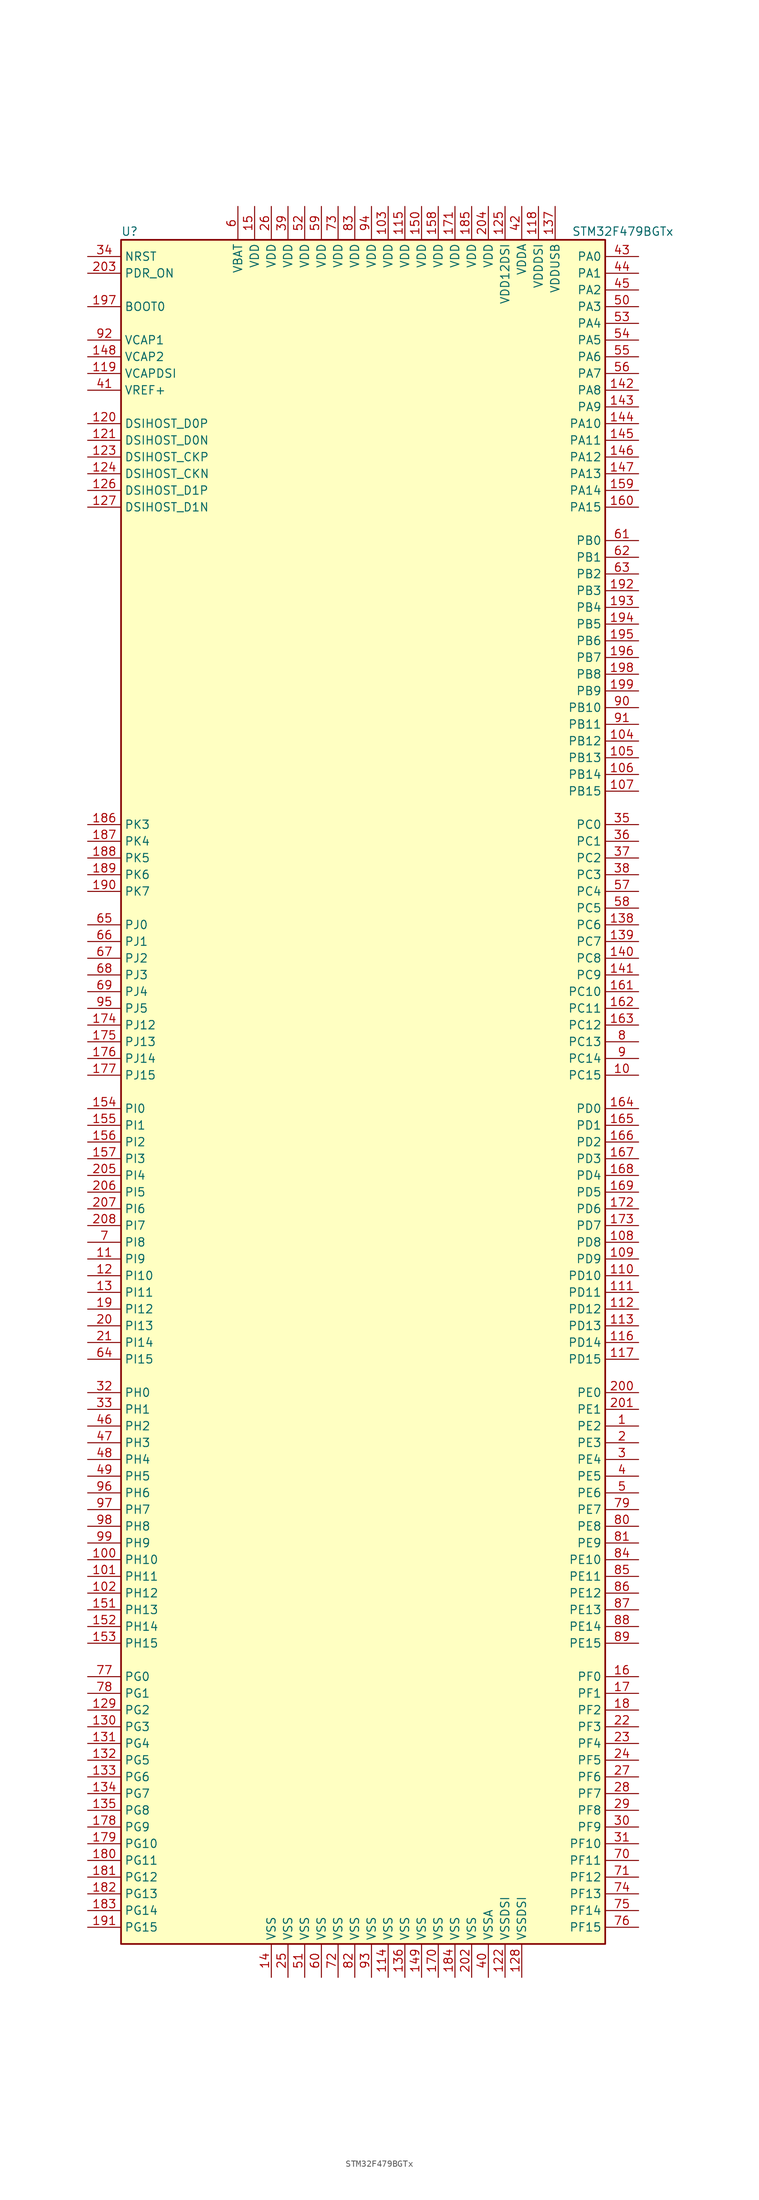
<source format=kicad_sym>
(kicad_symbol_lib
  (version 20220914)
  (generator kicad_symbol_editor)
  (symbol "STM32F479BGTx"
    (property "Reference" "U"
      (at -38.1 130.81 0)
      (effects (font (size 1.27 1.27)) (justify left)))
    (property "Value" "STM32F479BGTx"
      (at 30.48 130.81 0)
      (effects (font (size 1.27 1.27)) (justify left)))
    (symbol "STM32F479BGTx_0_1"
      (rectangle (start -38.1 -129.54) (end 35.56 129.54) (stroke (width 0.254) (type default)) (fill (type background))))
    (symbol "STM32F479BGTx_1_1"
      (pin bidirectional line (at 40.64 -50.8 180) (length 5.08) (name "PE2" (effects (font (size 1.27 1.27)))) (number "1" (effects (font (size 1.27 1.27)))))
      (pin bidirectional line (at 40.64 2.54 180) (length 5.08) (name "PC15" (effects (font (size 1.27 1.27)))) (number "10" (effects (font (size 1.27 1.27)))))
      (pin bidirectional line (at -43.18 -71.12 0) (length 5.08) (name "PH10" (effects (font (size 1.27 1.27)))) (number "100" (effects (font (size 1.27 1.27)))))
      (pin bidirectional line (at -43.18 -73.66 0) (length 5.08) (name "PH11" (effects (font (size 1.27 1.27)))) (number "101" (effects (font (size 1.27 1.27)))))
      (pin bidirectional line (at -43.18 -76.2 0) (length 5.08) (name "PH12" (effects (font (size 1.27 1.27)))) (number "102" (effects (font (size 1.27 1.27)))))
      (pin power_in line (at 2.54 134.62 270) (length 5.08) (name "VDD" (effects (font (size 1.27 1.27)))) (number "103" (effects (font (size 1.27 1.27)))))
      (pin bidirectional line (at 40.64 53.34 180) (length 5.08) (name "PB12" (effects (font (size 1.27 1.27)))) (number "104" (effects (font (size 1.27 1.27)))))
      (pin bidirectional line (at 40.64 50.8 180) (length 5.08) (name "PB13" (effects (font (size 1.27 1.27)))) (number "105" (effects (font (size 1.27 1.27)))))
      (pin bidirectional line (at 40.64 48.26 180) (length 5.08) (name "PB14" (effects (font (size 1.27 1.27)))) (number "106" (effects (font (size 1.27 1.27)))))
      (pin bidirectional line (at 40.64 45.72 180) (length 5.08) (name "PB15" (effects (font (size 1.27 1.27)))) (number "107" (effects (font (size 1.27 1.27)))))
      (pin bidirectional line (at 40.64 -22.86 180) (length 5.08) (name "PD8" (effects (font (size 1.27 1.27)))) (number "108" (effects (font (size 1.27 1.27)))))
      (pin bidirectional line (at 40.64 -25.4 180) (length 5.08) (name "PD9" (effects (font (size 1.27 1.27)))) (number "109" (effects (font (size 1.27 1.27)))))
      (pin bidirectional line (at -43.18 -25.4 0) (length 5.08) (name "PI9" (effects (font (size 1.27 1.27)))) (number "11" (effects (font (size 1.27 1.27)))))
      (pin bidirectional line (at 40.64 -27.94 180) (length 5.08) (name "PD10" (effects (font (size 1.27 1.27)))) (number "110" (effects (font (size 1.27 1.27)))))
      (pin bidirectional line (at 40.64 -30.48 180) (length 5.08) (name "PD11" (effects (font (size 1.27 1.27)))) (number "111" (effects (font (size 1.27 1.27)))))
      (pin bidirectional line (at 40.64 -33.02 180) (length 5.08) (name "PD12" (effects (font (size 1.27 1.27)))) (number "112" (effects (font (size 1.27 1.27)))))
      (pin bidirectional line (at 40.64 -35.56 180) (length 5.08) (name "PD13" (effects (font (size 1.27 1.27)))) (number "113" (effects (font (size 1.27 1.27)))))
      (pin power_in line (at 2.54 -134.62 90) (length 5.08) (name "VSS" (effects (font (size 1.27 1.27)))) (number "114" (effects (font (size 1.27 1.27)))))
      (pin power_in line (at 5.08 134.62 270) (length 5.08) (name "VDD" (effects (font (size 1.27 1.27)))) (number "115" (effects (font (size 1.27 1.27)))))
      (pin bidirectional line (at 40.64 -38.1 180) (length 5.08) (name "PD14" (effects (font (size 1.27 1.27)))) (number "116" (effects (font (size 1.27 1.27)))))
      (pin bidirectional line (at 40.64 -40.64 180) (length 5.08) (name "PD15" (effects (font (size 1.27 1.27)))) (number "117" (effects (font (size 1.27 1.27)))))
      (pin power_in line (at 25.4 134.62 270) (length 5.08) (name "VDDDSI" (effects (font (size 1.27 1.27)))) (number "118" (effects (font (size 1.27 1.27)))))
      (pin power_in line (at -43.18 109.22 0) (length 5.08) (name "VCAPDSI" (effects (font (size 1.27 1.27)))) (number "119" (effects (font (size 1.27 1.27)))))
      (pin bidirectional line (at -43.18 -27.94 0) (length 5.08) (name "PI10" (effects (font (size 1.27 1.27)))) (number "12" (effects (font (size 1.27 1.27)))))
      (pin bidirectional line (at -43.18 101.6 0) (length 5.08) (name "DSIHOST_D0P" (effects (font (size 1.27 1.27)))) (number "120" (effects (font (size 1.27 1.27)))))
      (pin bidirectional line (at -43.18 99.06 0) (length 5.08) (name "DSIHOST_D0N" (effects (font (size 1.27 1.27)))) (number "121" (effects (font (size 1.27 1.27)))))
      (pin power_in line (at 20.32 -134.62 90) (length 5.08) (name "VSSDSI" (effects (font (size 1.27 1.27)))) (number "122" (effects (font (size 1.27 1.27)))))
      (pin bidirectional line (at -43.18 96.52 0) (length 5.08) (name "DSIHOST_CKP" (effects (font (size 1.27 1.27)))) (number "123" (effects (font (size 1.27 1.27)))))
      (pin bidirectional line (at -43.18 93.98 0) (length 5.08) (name "DSIHOST_CKN" (effects (font (size 1.27 1.27)))) (number "124" (effects (font (size 1.27 1.27)))))
      (pin power_in line (at 20.32 134.62 270) (length 5.08) (name "VDD12DSI" (effects (font (size 1.27 1.27)))) (number "125" (effects (font (size 1.27 1.27)))))
      (pin bidirectional line (at -43.18 91.44 0) (length 5.08) (name "DSIHOST_D1P" (effects (font (size 1.27 1.27)))) (number "126" (effects (font (size 1.27 1.27)))))
      (pin bidirectional line (at -43.18 88.9 0) (length 5.08) (name "DSIHOST_D1N" (effects (font (size 1.27 1.27)))) (number "127" (effects (font (size 1.27 1.27)))))
      (pin power_in line (at 22.86 -134.62 90) (length 5.08) (name "VSSDSI" (effects (font (size 1.27 1.27)))) (number "128" (effects (font (size 1.27 1.27)))))
      (pin bidirectional line (at -43.18 -93.98 0) (length 5.08) (name "PG2" (effects (font (size 1.27 1.27)))) (number "129" (effects (font (size 1.27 1.27)))))
      (pin bidirectional line (at -43.18 -30.48 0) (length 5.08) (name "PI11" (effects (font (size 1.27 1.27)))) (number "13" (effects (font (size 1.27 1.27)))))
      (pin bidirectional line (at -43.18 -96.52 0) (length 5.08) (name "PG3" (effects (font (size 1.27 1.27)))) (number "130" (effects (font (size 1.27 1.27)))))
      (pin bidirectional line (at -43.18 -99.06 0) (length 5.08) (name "PG4" (effects (font (size 1.27 1.27)))) (number "131" (effects (font (size 1.27 1.27)))))
      (pin bidirectional line (at -43.18 -101.6 0) (length 5.08) (name "PG5" (effects (font (size 1.27 1.27)))) (number "132" (effects (font (size 1.27 1.27)))))
      (pin bidirectional line (at -43.18 -104.14 0) (length 5.08) (name "PG6" (effects (font (size 1.27 1.27)))) (number "133" (effects (font (size 1.27 1.27)))))
      (pin bidirectional line (at -43.18 -106.68 0) (length 5.08) (name "PG7" (effects (font (size 1.27 1.27)))) (number "134" (effects (font (size 1.27 1.27)))))
      (pin bidirectional line (at -43.18 -109.22 0) (length 5.08) (name "PG8" (effects (font (size 1.27 1.27)))) (number "135" (effects (font (size 1.27 1.27)))))
      (pin power_in line (at 5.08 -134.62 90) (length 5.08) (name "VSS" (effects (font (size 1.27 1.27)))) (number "136" (effects (font (size 1.27 1.27)))))
      (pin power_in line (at 27.94 134.62 270) (length 5.08) (name "VDDUSB" (effects (font (size 1.27 1.27)))) (number "137" (effects (font (size 1.27 1.27)))))
      (pin bidirectional line (at 40.64 25.4 180) (length 5.08) (name "PC6" (effects (font (size 1.27 1.27)))) (number "138" (effects (font (size 1.27 1.27)))))
      (pin bidirectional line (at 40.64 22.86 180) (length 5.08) (name "PC7" (effects (font (size 1.27 1.27)))) (number "139" (effects (font (size 1.27 1.27)))))
      (pin power_in line (at -15.24 -134.62 90) (length 5.08) (name "VSS" (effects (font (size 1.27 1.27)))) (number "14" (effects (font (size 1.27 1.27)))))
      (pin bidirectional line (at 40.64 20.32 180) (length 5.08) (name "PC8" (effects (font (size 1.27 1.27)))) (number "140" (effects (font (size 1.27 1.27)))))
      (pin bidirectional line (at 40.64 17.78 180) (length 5.08) (name "PC9" (effects (font (size 1.27 1.27)))) (number "141" (effects (font (size 1.27 1.27)))))
      (pin bidirectional line (at 40.64 106.68 180) (length 5.08) (name "PA8" (effects (font (size 1.27 1.27)))) (number "142" (effects (font (size 1.27 1.27)))))
      (pin bidirectional line (at 40.64 104.14 180) (length 5.08) (name "PA9" (effects (font (size 1.27 1.27)))) (number "143" (effects (font (size 1.27 1.27)))))
      (pin bidirectional line (at 40.64 101.6 180) (length 5.08) (name "PA10" (effects (font (size 1.27 1.27)))) (number "144" (effects (font (size 1.27 1.27)))))
      (pin bidirectional line (at 40.64 99.06 180) (length 5.08) (name "PA11" (effects (font (size 1.27 1.27)))) (number "145" (effects (font (size 1.27 1.27)))))
      (pin bidirectional line (at 40.64 96.52 180) (length 5.08) (name "PA12" (effects (font (size 1.27 1.27)))) (number "146" (effects (font (size 1.27 1.27)))))
      (pin bidirectional line (at 40.64 93.98 180) (length 5.08) (name "PA13" (effects (font (size 1.27 1.27)))) (number "147" (effects (font (size 1.27 1.27)))))
      (pin power_in line (at -43.18 111.76 0) (length 5.08) (name "VCAP2" (effects (font (size 1.27 1.27)))) (number "148" (effects (font (size 1.27 1.27)))))
      (pin power_in line (at 7.62 -134.62 90) (length 5.08) (name "VSS" (effects (font (size 1.27 1.27)))) (number "149" (effects (font (size 1.27 1.27)))))
      (pin power_in line (at -17.78 134.62 270) (length 5.08) (name "VDD" (effects (font (size 1.27 1.27)))) (number "15" (effects (font (size 1.27 1.27)))))
      (pin power_in line (at 7.62 134.62 270) (length 5.08) (name "VDD" (effects (font (size 1.27 1.27)))) (number "150" (effects (font (size 1.27 1.27)))))
      (pin bidirectional line (at -43.18 -78.74 0) (length 5.08) (name "PH13" (effects (font (size 1.27 1.27)))) (number "151" (effects (font (size 1.27 1.27)))))
      (pin bidirectional line (at -43.18 -81.28 0) (length 5.08) (name "PH14" (effects (font (size 1.27 1.27)))) (number "152" (effects (font (size 1.27 1.27)))))
      (pin bidirectional line (at -43.18 -83.82 0) (length 5.08) (name "PH15" (effects (font (size 1.27 1.27)))) (number "153" (effects (font (size 1.27 1.27)))))
      (pin bidirectional line (at -43.18 -2.54 0) (length 5.08) (name "PI0" (effects (font (size 1.27 1.27)))) (number "154" (effects (font (size 1.27 1.27)))))
      (pin bidirectional line (at -43.18 -5.08 0) (length 5.08) (name "PI1" (effects (font (size 1.27 1.27)))) (number "155" (effects (font (size 1.27 1.27)))))
      (pin bidirectional line (at -43.18 -7.62 0) (length 5.08) (name "PI2" (effects (font (size 1.27 1.27)))) (number "156" (effects (font (size 1.27 1.27)))))
      (pin bidirectional line (at -43.18 -10.16 0) (length 5.08) (name "PI3" (effects (font (size 1.27 1.27)))) (number "157" (effects (font (size 1.27 1.27)))))
      (pin power_in line (at 10.16 134.62 270) (length 5.08) (name "VDD" (effects (font (size 1.27 1.27)))) (number "158" (effects (font (size 1.27 1.27)))))
      (pin bidirectional line (at 40.64 91.44 180) (length 5.08) (name "PA14" (effects (font (size 1.27 1.27)))) (number "159" (effects (font (size 1.27 1.27)))))
      (pin bidirectional line (at 40.64 -88.9 180) (length 5.08) (name "PF0" (effects (font (size 1.27 1.27)))) (number "16" (effects (font (size 1.27 1.27)))))
      (pin bidirectional line (at 40.64 88.9 180) (length 5.08) (name "PA15" (effects (font (size 1.27 1.27)))) (number "160" (effects (font (size 1.27 1.27)))))
      (pin bidirectional line (at 40.64 15.24 180) (length 5.08) (name "PC10" (effects (font (size 1.27 1.27)))) (number "161" (effects (font (size 1.27 1.27)))))
      (pin bidirectional line (at 40.64 12.7 180) (length 5.08) (name "PC11" (effects (font (size 1.27 1.27)))) (number "162" (effects (font (size 1.27 1.27)))))
      (pin bidirectional line (at 40.64 10.16 180) (length 5.08) (name "PC12" (effects (font (size 1.27 1.27)))) (number "163" (effects (font (size 1.27 1.27)))))
      (pin bidirectional line (at 40.64 -2.54 180) (length 5.08) (name "PD0" (effects (font (size 1.27 1.27)))) (number "164" (effects (font (size 1.27 1.27)))))
      (pin bidirectional line (at 40.64 -5.08 180) (length 5.08) (name "PD1" (effects (font (size 1.27 1.27)))) (number "165" (effects (font (size 1.27 1.27)))))
      (pin bidirectional line (at 40.64 -7.62 180) (length 5.08) (name "PD2" (effects (font (size 1.27 1.27)))) (number "166" (effects (font (size 1.27 1.27)))))
      (pin bidirectional line (at 40.64 -10.16 180) (length 5.08) (name "PD3" (effects (font (size 1.27 1.27)))) (number "167" (effects (font (size 1.27 1.27)))))
      (pin bidirectional line (at 40.64 -12.7 180) (length 5.08) (name "PD4" (effects (font (size 1.27 1.27)))) (number "168" (effects (font (size 1.27 1.27)))))
      (pin bidirectional line (at 40.64 -15.24 180) (length 5.08) (name "PD5" (effects (font (size 1.27 1.27)))) (number "169" (effects (font (size 1.27 1.27)))))
      (pin bidirectional line (at 40.64 -91.44 180) (length 5.08) (name "PF1" (effects (font (size 1.27 1.27)))) (number "17" (effects (font (size 1.27 1.27)))))
      (pin power_in line (at 10.16 -134.62 90) (length 5.08) (name "VSS" (effects (font (size 1.27 1.27)))) (number "170" (effects (font (size 1.27 1.27)))))
      (pin power_in line (at 12.7 134.62 270) (length 5.08) (name "VDD" (effects (font (size 1.27 1.27)))) (number "171" (effects (font (size 1.27 1.27)))))
      (pin bidirectional line (at 40.64 -17.78 180) (length 5.08) (name "PD6" (effects (font (size 1.27 1.27)))) (number "172" (effects (font (size 1.27 1.27)))))
      (pin bidirectional line (at 40.64 -20.32 180) (length 5.08) (name "PD7" (effects (font (size 1.27 1.27)))) (number "173" (effects (font (size 1.27 1.27)))))
      (pin bidirectional line (at -43.18 10.16 0) (length 5.08) (name "PJ12" (effects (font (size 1.27 1.27)))) (number "174" (effects (font (size 1.27 1.27)))))
      (pin bidirectional line (at -43.18 7.62 0) (length 5.08) (name "PJ13" (effects (font (size 1.27 1.27)))) (number "175" (effects (font (size 1.27 1.27)))))
      (pin bidirectional line (at -43.18 5.08 0) (length 5.08) (name "PJ14" (effects (font (size 1.27 1.27)))) (number "176" (effects (font (size 1.27 1.27)))))
      (pin bidirectional line (at -43.18 2.54 0) (length 5.08) (name "PJ15" (effects (font (size 1.27 1.27)))) (number "177" (effects (font (size 1.27 1.27)))))
      (pin bidirectional line (at -43.18 -111.76 0) (length 5.08) (name "PG9" (effects (font (size 1.27 1.27)))) (number "178" (effects (font (size 1.27 1.27)))))
      (pin bidirectional line (at -43.18 -114.3 0) (length 5.08) (name "PG10" (effects (font (size 1.27 1.27)))) (number "179" (effects (font (size 1.27 1.27)))))
      (pin bidirectional line (at 40.64 -93.98 180) (length 5.08) (name "PF2" (effects (font (size 1.27 1.27)))) (number "18" (effects (font (size 1.27 1.27)))))
      (pin bidirectional line (at -43.18 -116.84 0) (length 5.08) (name "PG11" (effects (font (size 1.27 1.27)))) (number "180" (effects (font (size 1.27 1.27)))))
      (pin bidirectional line (at -43.18 -119.38 0) (length 5.08) (name "PG12" (effects (font (size 1.27 1.27)))) (number "181" (effects (font (size 1.27 1.27)))))
      (pin bidirectional line (at -43.18 -121.92 0) (length 5.08) (name "PG13" (effects (font (size 1.27 1.27)))) (number "182" (effects (font (size 1.27 1.27)))))
      (pin bidirectional line (at -43.18 -124.46 0) (length 5.08) (name "PG14" (effects (font (size 1.27 1.27)))) (number "183" (effects (font (size 1.27 1.27)))))
      (pin power_in line (at 12.7 -134.62 90) (length 5.08) (name "VSS" (effects (font (size 1.27 1.27)))) (number "184" (effects (font (size 1.27 1.27)))))
      (pin power_in line (at 15.24 134.62 270) (length 5.08) (name "VDD" (effects (font (size 1.27 1.27)))) (number "185" (effects (font (size 1.27 1.27)))))
      (pin bidirectional line (at -43.18 40.64 0) (length 5.08) (name "PK3" (effects (font (size 1.27 1.27)))) (number "186" (effects (font (size 1.27 1.27)))))
      (pin bidirectional line (at -43.18 38.1 0) (length 5.08) (name "PK4" (effects (font (size 1.27 1.27)))) (number "187" (effects (font (size 1.27 1.27)))))
      (pin bidirectional line (at -43.18 35.56 0) (length 5.08) (name "PK5" (effects (font (size 1.27 1.27)))) (number "188" (effects (font (size 1.27 1.27)))))
      (pin bidirectional line (at -43.18 33.02 0) (length 5.08) (name "PK6" (effects (font (size 1.27 1.27)))) (number "189" (effects (font (size 1.27 1.27)))))
      (pin bidirectional line (at -43.18 -33.02 0) (length 5.08) (name "PI12" (effects (font (size 1.27 1.27)))) (number "19" (effects (font (size 1.27 1.27)))))
      (pin bidirectional line (at -43.18 30.48 0) (length 5.08) (name "PK7" (effects (font (size 1.27 1.27)))) (number "190" (effects (font (size 1.27 1.27)))))
      (pin bidirectional line (at -43.18 -127 0) (length 5.08) (name "PG15" (effects (font (size 1.27 1.27)))) (number "191" (effects (font (size 1.27 1.27)))))
      (pin bidirectional line (at 40.64 76.2 180) (length 5.08) (name "PB3" (effects (font (size 1.27 1.27)))) (number "192" (effects (font (size 1.27 1.27)))))
      (pin bidirectional line (at 40.64 73.66 180) (length 5.08) (name "PB4" (effects (font (size 1.27 1.27)))) (number "193" (effects (font (size 1.27 1.27)))))
      (pin bidirectional line (at 40.64 71.12 180) (length 5.08) (name "PB5" (effects (font (size 1.27 1.27)))) (number "194" (effects (font (size 1.27 1.27)))))
      (pin bidirectional line (at 40.64 68.58 180) (length 5.08) (name "PB6" (effects (font (size 1.27 1.27)))) (number "195" (effects (font (size 1.27 1.27)))))
      (pin bidirectional line (at 40.64 66.04 180) (length 5.08) (name "PB7" (effects (font (size 1.27 1.27)))) (number "196" (effects (font (size 1.27 1.27)))))
      (pin input line (at -43.18 119.38 0) (length 5.08) (name "BOOT0" (effects (font (size 1.27 1.27)))) (number "197" (effects (font (size 1.27 1.27)))))
      (pin bidirectional line (at 40.64 63.5 180) (length 5.08) (name "PB8" (effects (font (size 1.27 1.27)))) (number "198" (effects (font (size 1.27 1.27)))))
      (pin bidirectional line (at 40.64 60.96 180) (length 5.08) (name "PB9" (effects (font (size 1.27 1.27)))) (number "199" (effects (font (size 1.27 1.27)))))
      (pin bidirectional line (at 40.64 -53.34 180) (length 5.08) (name "PE3" (effects (font (size 1.27 1.27)))) (number "2" (effects (font (size 1.27 1.27)))))
      (pin bidirectional line (at -43.18 -35.56 0) (length 5.08) (name "PI13" (effects (font (size 1.27 1.27)))) (number "20" (effects (font (size 1.27 1.27)))))
      (pin bidirectional line (at 40.64 -45.72 180) (length 5.08) (name "PE0" (effects (font (size 1.27 1.27)))) (number "200" (effects (font (size 1.27 1.27)))))
      (pin bidirectional line (at 40.64 -48.26 180) (length 5.08) (name "PE1" (effects (font (size 1.27 1.27)))) (number "201" (effects (font (size 1.27 1.27)))))
      (pin power_in line (at 15.24 -134.62 90) (length 5.08) (name "VSS" (effects (font (size 1.27 1.27)))) (number "202" (effects (font (size 1.27 1.27)))))
      (pin input line (at -43.18 124.46 0) (length 5.08) (name "PDR_ON" (effects (font (size 1.27 1.27)))) (number "203" (effects (font (size 1.27 1.27)))))
      (pin power_in line (at 17.78 134.62 270) (length 5.08) (name "VDD" (effects (font (size 1.27 1.27)))) (number "204" (effects (font (size 1.27 1.27)))))
      (pin bidirectional line (at -43.18 -12.7 0) (length 5.08) (name "PI4" (effects (font (size 1.27 1.27)))) (number "205" (effects (font (size 1.27 1.27)))))
      (pin bidirectional line (at -43.18 -15.24 0) (length 5.08) (name "PI5" (effects (font (size 1.27 1.27)))) (number "206" (effects (font (size 1.27 1.27)))))
      (pin bidirectional line (at -43.18 -17.78 0) (length 5.08) (name "PI6" (effects (font (size 1.27 1.27)))) (number "207" (effects (font (size 1.27 1.27)))))
      (pin bidirectional line (at -43.18 -20.32 0) (length 5.08) (name "PI7" (effects (font (size 1.27 1.27)))) (number "208" (effects (font (size 1.27 1.27)))))
      (pin bidirectional line (at -43.18 -38.1 0) (length 5.08) (name "PI14" (effects (font (size 1.27 1.27)))) (number "21" (effects (font (size 1.27 1.27)))))
      (pin bidirectional line (at 40.64 -96.52 180) (length 5.08) (name "PF3" (effects (font (size 1.27 1.27)))) (number "22" (effects (font (size 1.27 1.27)))))
      (pin bidirectional line (at 40.64 -99.06 180) (length 5.08) (name "PF4" (effects (font (size 1.27 1.27)))) (number "23" (effects (font (size 1.27 1.27)))))
      (pin bidirectional line (at 40.64 -101.6 180) (length 5.08) (name "PF5" (effects (font (size 1.27 1.27)))) (number "24" (effects (font (size 1.27 1.27)))))
      (pin power_in line (at -12.7 -134.62 90) (length 5.08) (name "VSS" (effects (font (size 1.27 1.27)))) (number "25" (effects (font (size 1.27 1.27)))))
      (pin power_in line (at -15.24 134.62 270) (length 5.08) (name "VDD" (effects (font (size 1.27 1.27)))) (number "26" (effects (font (size 1.27 1.27)))))
      (pin bidirectional line (at 40.64 -104.14 180) (length 5.08) (name "PF6" (effects (font (size 1.27 1.27)))) (number "27" (effects (font (size 1.27 1.27)))))
      (pin bidirectional line (at 40.64 -106.68 180) (length 5.08) (name "PF7" (effects (font (size 1.27 1.27)))) (number "28" (effects (font (size 1.27 1.27)))))
      (pin bidirectional line (at 40.64 -109.22 180) (length 5.08) (name "PF8" (effects (font (size 1.27 1.27)))) (number "29" (effects (font (size 1.27 1.27)))))
      (pin bidirectional line (at 40.64 -55.88 180) (length 5.08) (name "PE4" (effects (font (size 1.27 1.27)))) (number "3" (effects (font (size 1.27 1.27)))))
      (pin bidirectional line (at 40.64 -111.76 180) (length 5.08) (name "PF9" (effects (font (size 1.27 1.27)))) (number "30" (effects (font (size 1.27 1.27)))))
      (pin bidirectional line (at 40.64 -114.3 180) (length 5.08) (name "PF10" (effects (font (size 1.27 1.27)))) (number "31" (effects (font (size 1.27 1.27)))))
      (pin input line (at -43.18 -45.72 0) (length 5.08) (name "PH0" (effects (font (size 1.27 1.27)))) (number "32" (effects (font (size 1.27 1.27)))))
      (pin input line (at -43.18 -48.26 0) (length 5.08) (name "PH1" (effects (font (size 1.27 1.27)))) (number "33" (effects (font (size 1.27 1.27)))))
      (pin input line (at -43.18 127 0) (length 5.08) (name "NRST" (effects (font (size 1.27 1.27)))) (number "34" (effects (font (size 1.27 1.27)))))
      (pin bidirectional line (at 40.64 40.64 180) (length 5.08) (name "PC0" (effects (font (size 1.27 1.27)))) (number "35" (effects (font (size 1.27 1.27)))))
      (pin bidirectional line (at 40.64 38.1 180) (length 5.08) (name "PC1" (effects (font (size 1.27 1.27)))) (number "36" (effects (font (size 1.27 1.27)))))
      (pin bidirectional line (at 40.64 35.56 180) (length 5.08) (name "PC2" (effects (font (size 1.27 1.27)))) (number "37" (effects (font (size 1.27 1.27)))))
      (pin bidirectional line (at 40.64 33.02 180) (length 5.08) (name "PC3" (effects (font (size 1.27 1.27)))) (number "38" (effects (font (size 1.27 1.27)))))
      (pin power_in line (at -12.7 134.62 270) (length 5.08) (name "VDD" (effects (font (size 1.27 1.27)))) (number "39" (effects (font (size 1.27 1.27)))))
      (pin bidirectional line (at 40.64 -58.42 180) (length 5.08) (name "PE5" (effects (font (size 1.27 1.27)))) (number "4" (effects (font (size 1.27 1.27)))))
      (pin power_in line (at 17.78 -134.62 90) (length 5.08) (name "VSSA" (effects (font (size 1.27 1.27)))) (number "40" (effects (font (size 1.27 1.27)))))
      (pin power_in line (at -43.18 106.68 0) (length 5.08) (name "VREF+" (effects (font (size 1.27 1.27)))) (number "41" (effects (font (size 1.27 1.27)))))
      (pin power_in line (at 22.86 134.62 270) (length 5.08) (name "VDDA" (effects (font (size 1.27 1.27)))) (number "42" (effects (font (size 1.27 1.27)))))
      (pin bidirectional line (at 40.64 127 180) (length 5.08) (name "PA0" (effects (font (size 1.27 1.27)))) (number "43" (effects (font (size 1.27 1.27)))))
      (pin bidirectional line (at 40.64 124.46 180) (length 5.08) (name "PA1" (effects (font (size 1.27 1.27)))) (number "44" (effects (font (size 1.27 1.27)))))
      (pin bidirectional line (at 40.64 121.92 180) (length 5.08) (name "PA2" (effects (font (size 1.27 1.27)))) (number "45" (effects (font (size 1.27 1.27)))))
      (pin bidirectional line (at -43.18 -50.8 0) (length 5.08) (name "PH2" (effects (font (size 1.27 1.27)))) (number "46" (effects (font (size 1.27 1.27)))))
      (pin bidirectional line (at -43.18 -53.34 0) (length 5.08) (name "PH3" (effects (font (size 1.27 1.27)))) (number "47" (effects (font (size 1.27 1.27)))))
      (pin bidirectional line (at -43.18 -55.88 0) (length 5.08) (name "PH4" (effects (font (size 1.27 1.27)))) (number "48" (effects (font (size 1.27 1.27)))))
      (pin bidirectional line (at -43.18 -58.42 0) (length 5.08) (name "PH5" (effects (font (size 1.27 1.27)))) (number "49" (effects (font (size 1.27 1.27)))))
      (pin bidirectional line (at 40.64 -60.96 180) (length 5.08) (name "PE6" (effects (font (size 1.27 1.27)))) (number "5" (effects (font (size 1.27 1.27)))))
      (pin bidirectional line (at 40.64 119.38 180) (length 5.08) (name "PA3" (effects (font (size 1.27 1.27)))) (number "50" (effects (font (size 1.27 1.27)))))
      (pin power_in line (at -10.16 -134.62 90) (length 5.08) (name "VSS" (effects (font (size 1.27 1.27)))) (number "51" (effects (font (size 1.27 1.27)))))
      (pin power_in line (at -10.16 134.62 270) (length 5.08) (name "VDD" (effects (font (size 1.27 1.27)))) (number "52" (effects (font (size 1.27 1.27)))))
      (pin bidirectional line (at 40.64 116.84 180) (length 5.08) (name "PA4" (effects (font (size 1.27 1.27)))) (number "53" (effects (font (size 1.27 1.27)))))
      (pin bidirectional line (at 40.64 114.3 180) (length 5.08) (name "PA5" (effects (font (size 1.27 1.27)))) (number "54" (effects (font (size 1.27 1.27)))))
      (pin bidirectional line (at 40.64 111.76 180) (length 5.08) (name "PA6" (effects (font (size 1.27 1.27)))) (number "55" (effects (font (size 1.27 1.27)))))
      (pin bidirectional line (at 40.64 109.22 180) (length 5.08) (name "PA7" (effects (font (size 1.27 1.27)))) (number "56" (effects (font (size 1.27 1.27)))))
      (pin bidirectional line (at 40.64 30.48 180) (length 5.08) (name "PC4" (effects (font (size 1.27 1.27)))) (number "57" (effects (font (size 1.27 1.27)))))
      (pin bidirectional line (at 40.64 27.94 180) (length 5.08) (name "PC5" (effects (font (size 1.27 1.27)))) (number "58" (effects (font (size 1.27 1.27)))))
      (pin power_in line (at -7.62 134.62 270) (length 5.08) (name "VDD" (effects (font (size 1.27 1.27)))) (number "59" (effects (font (size 1.27 1.27)))))
      (pin power_in line (at -20.32 134.62 270) (length 5.08) (name "VBAT" (effects (font (size 1.27 1.27)))) (number "6" (effects (font (size 1.27 1.27)))))
      (pin power_in line (at -7.62 -134.62 90) (length 5.08) (name "VSS" (effects (font (size 1.27 1.27)))) (number "60" (effects (font (size 1.27 1.27)))))
      (pin bidirectional line (at 40.64 83.82 180) (length 5.08) (name "PB0" (effects (font (size 1.27 1.27)))) (number "61" (effects (font (size 1.27 1.27)))))
      (pin bidirectional line (at 40.64 81.28 180) (length 5.08) (name "PB1" (effects (font (size 1.27 1.27)))) (number "62" (effects (font (size 1.27 1.27)))))
      (pin bidirectional line (at 40.64 78.74 180) (length 5.08) (name "PB2" (effects (font (size 1.27 1.27)))) (number "63" (effects (font (size 1.27 1.27)))))
      (pin bidirectional line (at -43.18 -40.64 0) (length 5.08) (name "PI15" (effects (font (size 1.27 1.27)))) (number "64" (effects (font (size 1.27 1.27)))))
      (pin bidirectional line (at -43.18 25.4 0) (length 5.08) (name "PJ0" (effects (font (size 1.27 1.27)))) (number "65" (effects (font (size 1.27 1.27)))))
      (pin bidirectional line (at -43.18 22.86 0) (length 5.08) (name "PJ1" (effects (font (size 1.27 1.27)))) (number "66" (effects (font (size 1.27 1.27)))))
      (pin bidirectional line (at -43.18 20.32 0) (length 5.08) (name "PJ2" (effects (font (size 1.27 1.27)))) (number "67" (effects (font (size 1.27 1.27)))))
      (pin bidirectional line (at -43.18 17.78 0) (length 5.08) (name "PJ3" (effects (font (size 1.27 1.27)))) (number "68" (effects (font (size 1.27 1.27)))))
      (pin bidirectional line (at -43.18 15.24 0) (length 5.08) (name "PJ4" (effects (font (size 1.27 1.27)))) (number "69" (effects (font (size 1.27 1.27)))))
      (pin bidirectional line (at -43.18 -22.86 0) (length 5.08) (name "PI8" (effects (font (size 1.27 1.27)))) (number "7" (effects (font (size 1.27 1.27)))))
      (pin bidirectional line (at 40.64 -116.84 180) (length 5.08) (name "PF11" (effects (font (size 1.27 1.27)))) (number "70" (effects (font (size 1.27 1.27)))))
      (pin bidirectional line (at 40.64 -119.38 180) (length 5.08) (name "PF12" (effects (font (size 1.27 1.27)))) (number "71" (effects (font (size 1.27 1.27)))))
      (pin power_in line (at -5.08 -134.62 90) (length 5.08) (name "VSS" (effects (font (size 1.27 1.27)))) (number "72" (effects (font (size 1.27 1.27)))))
      (pin power_in line (at -5.08 134.62 270) (length 5.08) (name "VDD" (effects (font (size 1.27 1.27)))) (number "73" (effects (font (size 1.27 1.27)))))
      (pin bidirectional line (at 40.64 -121.92 180) (length 5.08) (name "PF13" (effects (font (size 1.27 1.27)))) (number "74" (effects (font (size 1.27 1.27)))))
      (pin bidirectional line (at 40.64 -124.46 180) (length 5.08) (name "PF14" (effects (font (size 1.27 1.27)))) (number "75" (effects (font (size 1.27 1.27)))))
      (pin bidirectional line (at 40.64 -127 180) (length 5.08) (name "PF15" (effects (font (size 1.27 1.27)))) (number "76" (effects (font (size 1.27 1.27)))))
      (pin bidirectional line (at -43.18 -88.9 0) (length 5.08) (name "PG0" (effects (font (size 1.27 1.27)))) (number "77" (effects (font (size 1.27 1.27)))))
      (pin bidirectional line (at -43.18 -91.44 0) (length 5.08) (name "PG1" (effects (font (size 1.27 1.27)))) (number "78" (effects (font (size 1.27 1.27)))))
      (pin bidirectional line (at 40.64 -63.5 180) (length 5.08) (name "PE7" (effects (font (size 1.27 1.27)))) (number "79" (effects (font (size 1.27 1.27)))))
      (pin bidirectional line (at 40.64 7.62 180) (length 5.08) (name "PC13" (effects (font (size 1.27 1.27)))) (number "8" (effects (font (size 1.27 1.27)))))
      (pin bidirectional line (at 40.64 -66.04 180) (length 5.08) (name "PE8" (effects (font (size 1.27 1.27)))) (number "80" (effects (font (size 1.27 1.27)))))
      (pin bidirectional line (at 40.64 -68.58 180) (length 5.08) (name "PE9" (effects (font (size 1.27 1.27)))) (number "81" (effects (font (size 1.27 1.27)))))
      (pin power_in line (at -2.54 -134.62 90) (length 5.08) (name "VSS" (effects (font (size 1.27 1.27)))) (number "82" (effects (font (size 1.27 1.27)))))
      (pin power_in line (at -2.54 134.62 270) (length 5.08) (name "VDD" (effects (font (size 1.27 1.27)))) (number "83" (effects (font (size 1.27 1.27)))))
      (pin bidirectional line (at 40.64 -71.12 180) (length 5.08) (name "PE10" (effects (font (size 1.27 1.27)))) (number "84" (effects (font (size 1.27 1.27)))))
      (pin bidirectional line (at 40.64 -73.66 180) (length 5.08) (name "PE11" (effects (font (size 1.27 1.27)))) (number "85" (effects (font (size 1.27 1.27)))))
      (pin bidirectional line (at 40.64 -76.2 180) (length 5.08) (name "PE12" (effects (font (size 1.27 1.27)))) (number "86" (effects (font (size 1.27 1.27)))))
      (pin bidirectional line (at 40.64 -78.74 180) (length 5.08) (name "PE13" (effects (font (size 1.27 1.27)))) (number "87" (effects (font (size 1.27 1.27)))))
      (pin bidirectional line (at 40.64 -81.28 180) (length 5.08) (name "PE14" (effects (font (size 1.27 1.27)))) (number "88" (effects (font (size 1.27 1.27)))))
      (pin bidirectional line (at 40.64 -83.82 180) (length 5.08) (name "PE15" (effects (font (size 1.27 1.27)))) (number "89" (effects (font (size 1.27 1.27)))))
      (pin bidirectional line (at 40.64 5.08 180) (length 5.08) (name "PC14" (effects (font (size 1.27 1.27)))) (number "9" (effects (font (size 1.27 1.27)))))
      (pin bidirectional line (at 40.64 58.42 180) (length 5.08) (name "PB10" (effects (font (size 1.27 1.27)))) (number "90" (effects (font (size 1.27 1.27)))))
      (pin bidirectional line (at 40.64 55.88 180) (length 5.08) (name "PB11" (effects (font (size 1.27 1.27)))) (number "91" (effects (font (size 1.27 1.27)))))
      (pin power_in line (at -43.18 114.3 0) (length 5.08) (name "VCAP1" (effects (font (size 1.27 1.27)))) (number "92" (effects (font (size 1.27 1.27)))))
      (pin power_in line (at 0 -134.62 90) (length 5.08) (name "VSS" (effects (font (size 1.27 1.27)))) (number "93" (effects (font (size 1.27 1.27)))))
      (pin power_in line (at 0 134.62 270) (length 5.08) (name "VDD" (effects (font (size 1.27 1.27)))) (number "94" (effects (font (size 1.27 1.27)))))
      (pin bidirectional line (at -43.18 12.7 0) (length 5.08) (name "PJ5" (effects (font (size 1.27 1.27)))) (number "95" (effects (font (size 1.27 1.27)))))
      (pin bidirectional line (at -43.18 -60.96 0) (length 5.08) (name "PH6" (effects (font (size 1.27 1.27)))) (number "96" (effects (font (size 1.27 1.27)))))
      (pin bidirectional line (at -43.18 -63.5 0) (length 5.08) (name "PH7" (effects (font (size 1.27 1.27)))) (number "97" (effects (font (size 1.27 1.27)))))
      (pin bidirectional line (at -43.18 -66.04 0) (length 5.08) (name "PH8" (effects (font (size 1.27 1.27)))) (number "98" (effects (font (size 1.27 1.27)))))
      (pin bidirectional line (at -43.18 -68.58 0) (length 5.08) (name "PH9" (effects (font (size 1.27 1.27)))) (number "99" (effects (font (size 1.27 1.27))))))))
</source>
